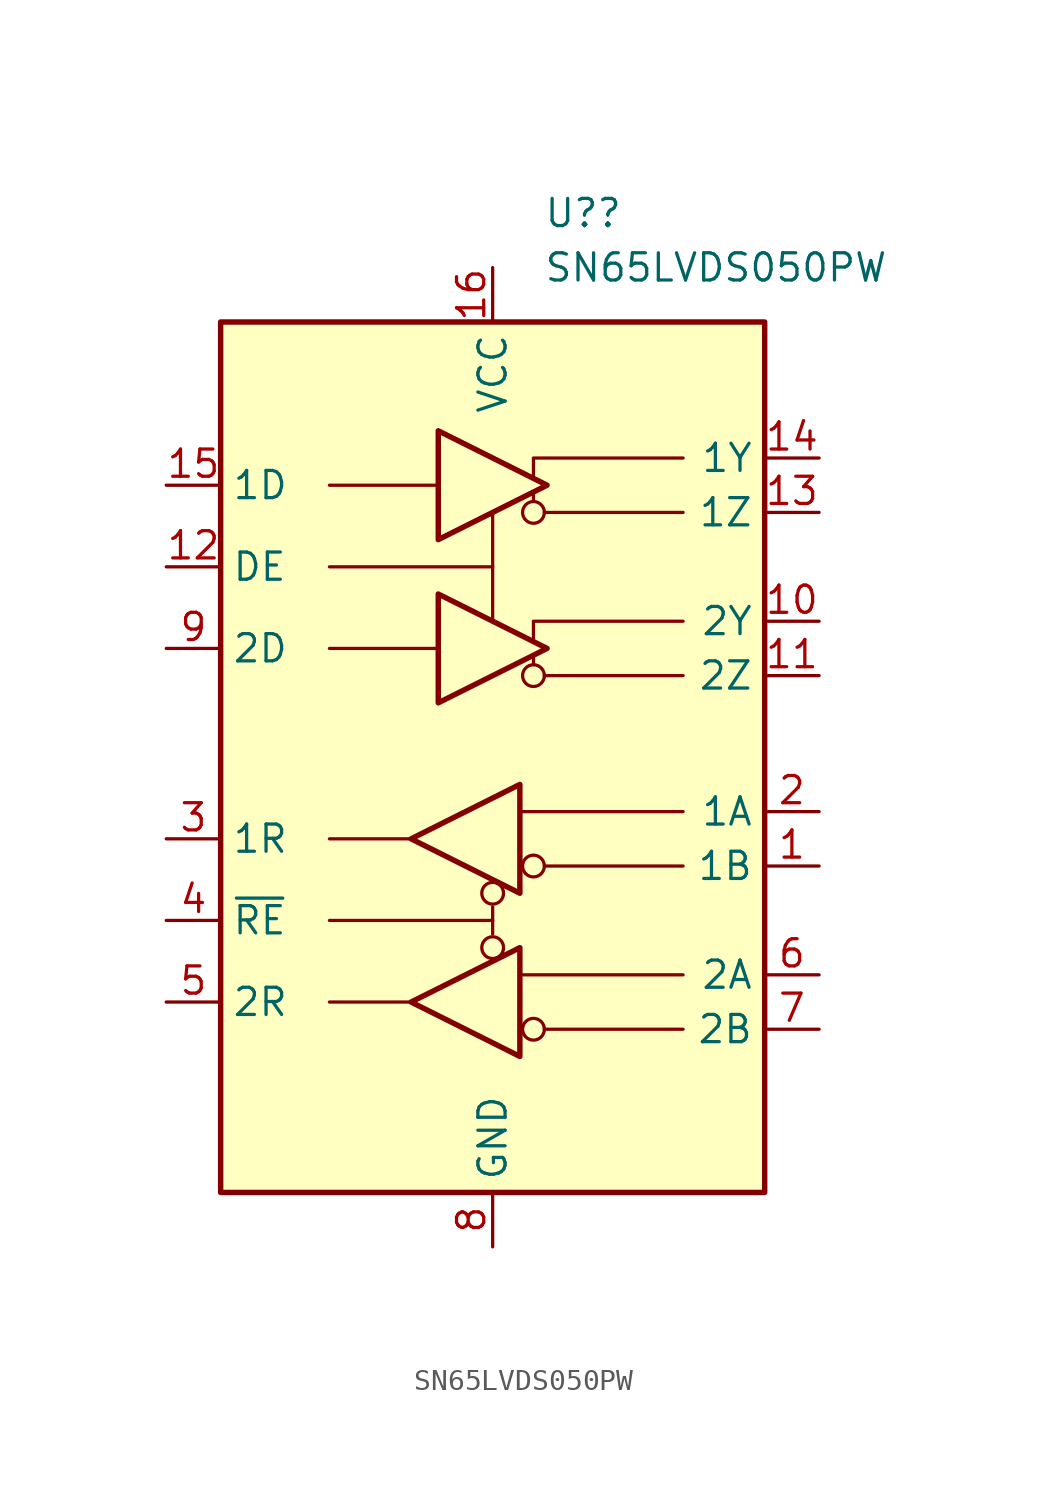
<source format=kicad_sym>
(kicad_symbol_lib
  (version 20220914)
  (generator kicad_symbol_editor)
  (symbol "SN65LVDS050PW"
    (property "Reference" "U?"
      (at 2.373 25.4 0)
      (effects (font (size 1.27 1.27)) (justify left)))
    (property "Value" "SN65LVDS050PW"
      (at 2.373 22.86 0)
      (effects (font (size 1.27 1.27)) (justify left)))
    (symbol "SN65LVDS050PW_0_1"
      (polyline (pts (xy 0 -7.62) (xy 0 -8.255)) (stroke (width 0) (type default)) (fill (type none)))
      (polyline (pts (xy 0 8.89) (xy 0 6.35)) (stroke (width 0) (type default)) (fill (type none)))
      (polyline (pts (xy 1.905 4.318) (xy 1.905 4.699)) (stroke (width 0) (type default)) (fill (type none)))
      (polyline (pts (xy 1.905 11.938) (xy 1.905 12.319)) (stroke (width 0) (type default)) (fill (type none)))
      (polyline (pts (xy 0 -6.985) (xy 0 -7.62) (xy -7.62 -7.62)) (stroke (width 0) (type default)) (fill (type none)))
      (polyline (pts (xy 0 11.43) (xy 0 8.89) (xy -7.62 8.89)) (stroke (width 0) (type default)) (fill (type none))))
    (symbol "SN65LVDS050PW_1_0"
      (rectangle (start -12.7 20.32) (end 12.7 -20.32) (stroke (width 0.254) (type default)) (fill (type background)))
      (circle (center 0 -8.89) (radius 0.508) (stroke (width 0) (type default)) (fill (type none)))
      (circle (center 0 -6.35) (radius 0.508) (stroke (width 0) (type default)) (fill (type none)))
      (polyline (pts (xy 8.89 -12.7) (xy 2.413 -12.7)) (stroke (width 0) (type default)) (fill (type none)))
      (polyline (pts (xy 8.89 -5.08) (xy 2.413 -5.08)) (stroke (width 0) (type default)) (fill (type none)))
      (polyline (pts (xy 8.89 3.81) (xy 2.413 3.81)) (stroke (width 0) (type default)) (fill (type none)))
      (polyline (pts (xy 8.89 11.43) (xy 2.413 11.43)) (stroke (width 0) (type default)) (fill (type none)))
      (polyline (pts (xy 1.27 -10.16) (xy 1.905 -10.16) (xy 8.89 -10.16)) (stroke (width 0) (type default)) (fill (type none)))
      (polyline (pts (xy 1.27 -2.54) (xy 1.905 -2.54) (xy 8.89 -2.54)) (stroke (width 0) (type default)) (fill (type none)))
      (polyline (pts (xy 1.905 5.461) (xy 1.905 6.35) (xy 8.89 6.35)) (stroke (width 0) (type default)) (fill (type none)))
      (polyline (pts (xy 1.905 13.081) (xy 1.905 13.97) (xy 8.89 13.97)) (stroke (width 0) (type default)) (fill (type none)))
      (polyline (pts (xy -3.81 -11.43) (xy -5.08 -11.43) (xy -5.08 -11.43) (xy -7.62 -11.43)) (stroke (width 0) (type default)) (fill (type none)))
      (polyline (pts (xy -3.81 -3.81) (xy -5.08 -3.81) (xy -5.08 -3.81) (xy -7.62 -3.81)) (stroke (width 0) (type default)) (fill (type none)))
      (polyline (pts (xy -2.54 5.08) (xy -5.08 5.08) (xy -5.08 5.08) (xy -7.62 5.08)) (stroke (width 0) (type default)) (fill (type none)))
      (polyline (pts (xy -2.54 12.7) (xy -5.08 12.7) (xy -5.08 12.7) (xy -7.62 12.7)) (stroke (width 0) (type default)) (fill (type none)))
      (circle (center 1.905 -12.7) (radius 0.508) (stroke (width 0) (type default)) (fill (type none)))
      (circle (center 1.905 -5.08) (radius 0.508) (stroke (width 0) (type default)) (fill (type none)))
      (circle (center 1.905 3.81) (radius 0.508) (stroke (width 0) (type default)) (fill (type none)))
      (circle (center 1.905 11.43) (radius 0.508) (stroke (width 0) (type default)) (fill (type none))))
    (symbol "SN65LVDS050PW_1_1"
      (polyline (pts (xy -2.54 7.62) (xy -2.54 2.54) (xy 2.54 5.08) (xy -2.54 7.62)) (stroke (width 0.254) (type default)) (fill (type none)))
      (polyline (pts (xy -2.54 15.24) (xy -2.54 10.16) (xy 2.54 12.7) (xy -2.54 15.24)) (stroke (width 0.254) (type default)) (fill (type none)))
      (polyline (pts (xy 1.27 -8.89) (xy 1.27 -13.97) (xy -3.81 -11.43) (xy 1.27 -8.89)) (stroke (width 0.254) (type default)) (fill (type none)))
      (polyline (pts (xy 1.27 -1.27) (xy 1.27 -6.35) (xy -3.81 -3.81) (xy 1.27 -1.27)) (stroke (width 0.254) (type default)) (fill (type none)))
      (pin input line (at 15.24 -5.08 180) (length 2.54) (name "1B" (effects (font (size 1.27 1.27)))) (number "1" (effects (font (size 1.27 1.27)))))
      (pin output line (at 15.24 6.35 180) (length 2.54) (name "2Y" (effects (font (size 1.27 1.27)))) (number "10" (effects (font (size 1.27 1.27)))))
      (pin output line (at 15.24 3.81 180) (length 2.54) (name "2Z" (effects (font (size 1.27 1.27)))) (number "11" (effects (font (size 1.27 1.27)))))
      (pin input line (at -15.24 8.89 0) (length 2.54) (name "DE" (effects (font (size 1.27 1.27)))) (number "12" (effects (font (size 1.27 1.27)))))
      (pin output line (at 15.24 11.43 180) (length 2.54) (name "1Z" (effects (font (size 1.27 1.27)))) (number "13" (effects (font (size 1.27 1.27)))))
      (pin output line (at 15.24 13.97 180) (length 2.54) (name "1Y" (effects (font (size 1.27 1.27)))) (number "14" (effects (font (size 1.27 1.27)))))
      (pin input line (at -15.24 12.7 0) (length 2.54) (name "1D" (effects (font (size 1.27 1.27)))) (number "15" (effects (font (size 1.27 1.27)))))
      (pin power_in line (at 0 22.86 270) (length 2.54) (name "VCC" (effects (font (size 1.27 1.27)))) (number "16" (effects (font (size 1.27 1.27)))))
      (pin input line (at 15.24 -2.54 180) (length 2.54) (name "1A" (effects (font (size 1.27 1.27)))) (number "2" (effects (font (size 1.27 1.27)))))
      (pin output line (at -15.24 -3.81 0) (length 2.54) (name "1R" (effects (font (size 1.27 1.27)))) (number "3" (effects (font (size 1.27 1.27)))))
      (pin input line (at -15.24 -7.62 0) (length 2.54) (name "~{RE}" (effects (font (size 1.27 1.27)))) (number "4" (effects (font (size 1.27 1.27)))))
      (pin output line (at -15.24 -11.43 0) (length 2.54) (name "2R" (effects (font (size 1.27 1.27)))) (number "5" (effects (font (size 1.27 1.27)))))
      (pin input line (at 15.24 -10.16 180) (length 2.54) (name "2A" (effects (font (size 1.27 1.27)))) (number "6" (effects (font (size 1.27 1.27)))))
      (pin input line (at 15.24 -12.7 180) (length 2.54) (name "2B" (effects (font (size 1.27 1.27)))) (number "7" (effects (font (size 1.27 1.27)))))
      (pin power_in line (at 0 -22.86 90) (length 2.54) (name "GND" (effects (font (size 1.27 1.27)))) (number "8" (effects (font (size 1.27 1.27)))))
      (pin input line (at -15.24 5.08 0) (length 2.54) (name "2D" (effects (font (size 1.27 1.27)))) (number "9" (effects (font (size 1.27 1.27))))))))
</source>
